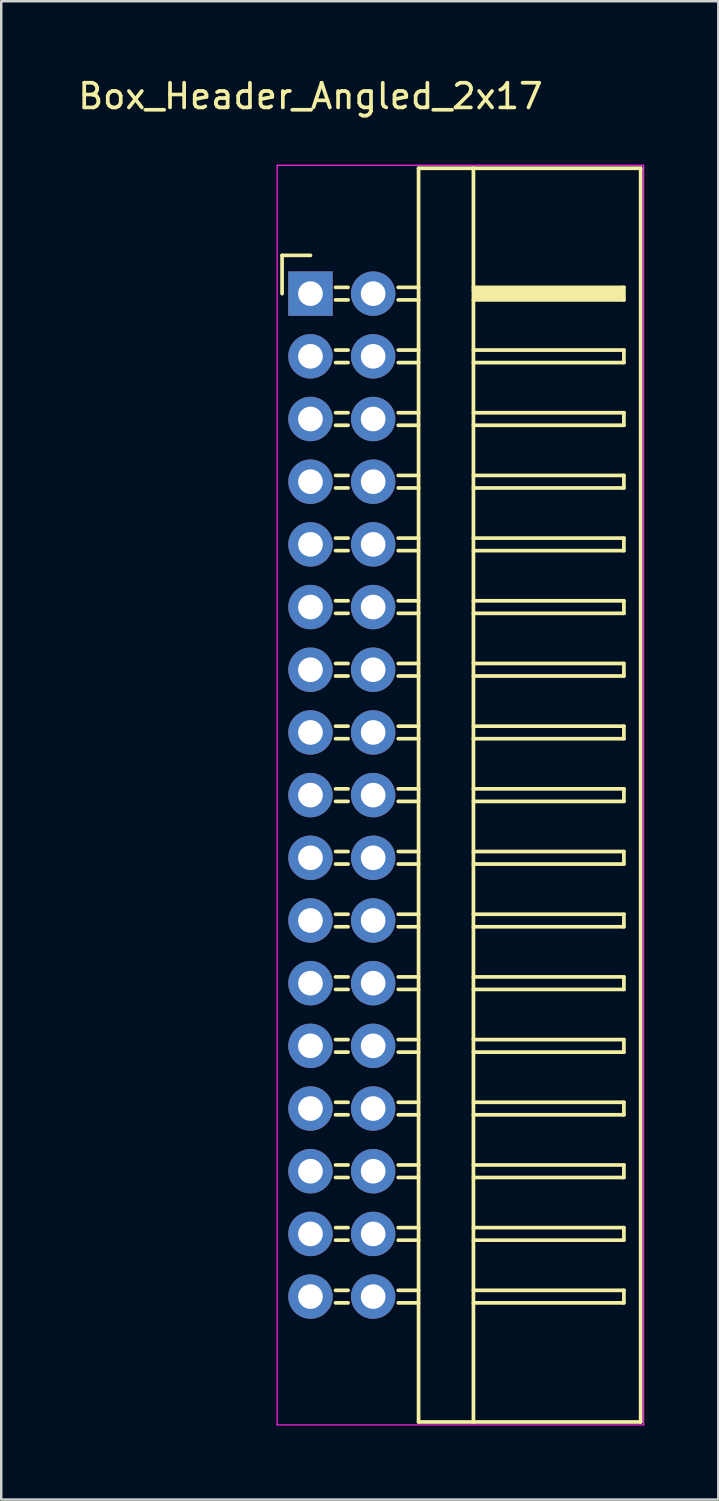
<source format=kicad_pcb>
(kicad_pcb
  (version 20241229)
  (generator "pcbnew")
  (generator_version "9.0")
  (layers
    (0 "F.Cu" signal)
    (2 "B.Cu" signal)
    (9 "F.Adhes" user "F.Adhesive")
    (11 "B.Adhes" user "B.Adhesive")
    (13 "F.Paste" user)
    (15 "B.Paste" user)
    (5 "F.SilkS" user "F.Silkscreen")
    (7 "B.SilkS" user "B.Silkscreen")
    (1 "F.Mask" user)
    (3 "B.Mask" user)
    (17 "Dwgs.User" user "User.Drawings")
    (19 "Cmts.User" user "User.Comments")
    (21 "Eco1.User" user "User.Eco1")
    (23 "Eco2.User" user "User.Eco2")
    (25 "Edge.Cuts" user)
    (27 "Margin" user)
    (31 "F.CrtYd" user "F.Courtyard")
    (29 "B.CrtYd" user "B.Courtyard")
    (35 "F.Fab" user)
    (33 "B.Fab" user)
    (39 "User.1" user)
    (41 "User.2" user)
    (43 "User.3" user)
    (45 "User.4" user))
  (footprint "Box_Header_Angled_2x17"
    (layer "F.Cu")
    (at 9.53 8.848)
    (property "Reference" "Box_Header_Angled_2x17" (at 0 -8 0) (layer "F.SilkS") (effects (font (size 1 1) (thickness 0.15))))
    (attr through_hole)
    (fp_line (start -1.15 -1.55) (end -1.15 0) (stroke (width 0.15) (type solid)) (layer "F.SilkS"))
    (fp_line (start 0 -1.55) (end -1.15 -1.55) (stroke (width 0.15) (type solid)) (layer "F.SilkS"))
    (fp_line (start 1.524 -0.254) (end 1.016 -0.254) (stroke (width 0.15) (type solid)) (layer "F.SilkS"))
    (fp_line (start 1.524 0.254) (end 1.016 0.254) (stroke (width 0.15) (type solid)) (layer "F.SilkS"))
    (fp_line (start 1.524 2.286) (end 1.016 2.286) (stroke (width 0.15) (type solid)) (layer "F.SilkS"))
    (fp_line (start 1.524 2.794) (end 1.016 2.794) (stroke (width 0.15) (type solid)) (layer "F.SilkS"))
    (fp_line (start 1.524 4.826) (end 1.016 4.826) (stroke (width 0.15) (type solid)) (layer "F.SilkS"))
    (fp_line (start 1.524 5.334) (end 1.016 5.334) (stroke (width 0.15) (type solid)) (layer "F.SilkS"))
    (fp_line (start 1.524 7.366) (end 1.016 7.366) (stroke (width 0.15) (type solid)) (layer "F.SilkS"))
    (fp_line (start 1.524 7.874) (end 1.016 7.874) (stroke (width 0.15) (type solid)) (layer "F.SilkS"))
    (fp_line (start 1.524 9.906) (end 1.016 9.906) (stroke (width 0.15) (type solid)) (layer "F.SilkS"))
    (fp_line (start 1.524 10.414) (end 1.016 10.414) (stroke (width 0.15) (type solid)) (layer "F.SilkS"))
    (fp_line (start 1.524 12.446) (end 1.016 12.446) (stroke (width 0.15) (type solid)) (layer "F.SilkS"))
    (fp_line (start 1.524 12.954) (end 1.016 12.954) (stroke (width 0.15) (type solid)) (layer "F.SilkS"))
    (fp_line (start 1.524 14.986) (end 1.016 14.986) (stroke (width 0.15) (type solid)) (layer "F.SilkS"))
    (fp_line (start 1.524 15.494) (end 1.016 15.494) (stroke (width 0.15) (type solid)) (layer "F.SilkS"))
    (fp_line (start 1.524 17.526) (end 1.016 17.526) (stroke (width 0.15) (type solid)) (layer "F.SilkS"))
    (fp_line (start 1.524 18.034) (end 1.016 18.034) (stroke (width 0.15) (type solid)) (layer "F.SilkS"))
    (fp_line (start 1.524 20.066) (end 1.016 20.066) (stroke (width 0.15) (type solid)) (layer "F.SilkS"))
    (fp_line (start 1.524 20.574) (end 1.016 20.574) (stroke (width 0.15) (type solid)) (layer "F.SilkS"))
    (fp_line (start 1.524 22.606) (end 1.016 22.606) (stroke (width 0.15) (type solid)) (layer "F.SilkS"))
    (fp_line (start 1.524 23.114) (end 1.016 23.114) (stroke (width 0.15) (type solid)) (layer "F.SilkS"))
    (fp_line (start 1.524 25.146) (end 1.016 25.146) (stroke (width 0.15) (type solid)) (layer "F.SilkS"))
    (fp_line (start 1.524 25.654) (end 1.016 25.654) (stroke (width 0.15) (type solid)) (layer "F.SilkS"))
    (fp_line (start 1.524 27.686) (end 1.016 27.686) (stroke (width 0.15) (type solid)) (layer "F.SilkS"))
    (fp_line (start 1.524 28.194) (end 1.016 28.194) (stroke (width 0.15) (type solid)) (layer "F.SilkS"))
    (fp_line (start 1.524 30.226) (end 1.016 30.226) (stroke (width 0.15) (type solid)) (layer "F.SilkS"))
    (fp_line (start 1.524 30.734) (end 1.016 30.734) (stroke (width 0.15) (type solid)) (layer "F.SilkS"))
    (fp_line (start 1.524 32.766) (end 1.016 32.766) (stroke (width 0.15) (type solid)) (layer "F.SilkS"))
    (fp_line (start 1.524 33.274) (end 1.016 33.274) (stroke (width 0.15) (type solid)) (layer "F.SilkS"))
    (fp_line (start 1.524 35.306) (end 1.016 35.306) (stroke (width 0.15) (type solid)) (layer "F.SilkS"))
    (fp_line (start 1.524 35.814) (end 1.016 35.814) (stroke (width 0.15) (type solid)) (layer "F.SilkS"))
    (fp_line (start 1.524 37.846) (end 1.016 37.846) (stroke (width 0.15) (type solid)) (layer "F.SilkS"))
    (fp_line (start 1.524 38.354) (end 1.016 38.354) (stroke (width 0.15) (type solid)) (layer "F.SilkS"))
    (fp_line (start 1.524 40.386) (end 1.016 40.386) (stroke (width 0.15) (type solid)) (layer "F.SilkS"))
    (fp_line (start 1.524 40.894) (end 1.016 40.894) (stroke (width 0.15) (type solid)) (layer "F.SilkS"))
    (fp_line (start 4.38 -5.08) (end 4.38 45.72) (stroke (width 0.15) (type solid)) (layer "F.SilkS"))
    (fp_line (start 4.38 -5.08) (end 13.38 -5.08) (stroke (width 0.15) (type solid)) (layer "F.SilkS"))
    (fp_line (start 4.38 -0.254) (end 3.556 -0.254) (stroke (width 0.15) (type solid)) (layer "F.SilkS"))
    (fp_line (start 4.38 0.254) (end 3.556 0.254) (stroke (width 0.15) (type solid)) (layer "F.SilkS"))
    (fp_line (start 4.38 2.286) (end 3.556 2.286) (stroke (width 0.15) (type solid)) (layer "F.SilkS"))
    (fp_line (start 4.38 2.794) (end 3.556 2.794) (stroke (width 0.15) (type solid)) (layer "F.SilkS"))
    (fp_line (start 4.38 4.826) (end 3.556 4.826) (stroke (width 0.15) (type solid)) (layer "F.SilkS"))
    (fp_line (start 4.38 5.334) (end 3.556 5.334) (stroke (width 0.15) (type solid)) (layer "F.SilkS"))
    (fp_line (start 4.38 7.366) (end 3.556 7.366) (stroke (width 0.15) (type solid)) (layer "F.SilkS"))
    (fp_line (start 4.38 7.874) (end 3.556 7.874) (stroke (width 0.15) (type solid)) (layer "F.SilkS"))
    (fp_line (start 4.38 9.906) (end 3.556 9.906) (stroke (width 0.15) (type solid)) (layer "F.SilkS"))
    (fp_line (start 4.38 10.414) (end 3.556 10.414) (stroke (width 0.15) (type solid)) (layer "F.SilkS"))
    (fp_line (start 4.38 12.446) (end 3.556 12.446) (stroke (width 0.15) (type solid)) (layer "F.SilkS"))
    (fp_line (start 4.38 12.954) (end 3.556 12.954) (stroke (width 0.15) (type solid)) (layer "F.SilkS"))
    (fp_line (start 4.38 14.986) (end 3.556 14.986) (stroke (width 0.15) (type solid)) (layer "F.SilkS"))
    (fp_line (start 4.38 15.494) (end 3.556 15.494) (stroke (width 0.15) (type solid)) (layer "F.SilkS"))
    (fp_line (start 4.38 17.526) (end 3.556 17.526) (stroke (width 0.15) (type solid)) (layer "F.SilkS"))
    (fp_line (start 4.38 18.034) (end 3.556 18.034) (stroke (width 0.15) (type solid)) (layer "F.SilkS"))
    (fp_line (start 4.38 20.066) (end 3.556 20.066) (stroke (width 0.15) (type solid)) (layer "F.SilkS"))
    (fp_line (start 4.38 20.574) (end 3.556 20.574) (stroke (width 0.15) (type solid)) (layer "F.SilkS"))
    (fp_line (start 4.38 22.606) (end 3.556 22.606) (stroke (width 0.15) (type solid)) (layer "F.SilkS"))
    (fp_line (start 4.38 23.114) (end 3.556 23.114) (stroke (width 0.15) (type solid)) (layer "F.SilkS"))
    (fp_line (start 4.38 25.146) (end 3.556 25.146) (stroke (width 0.15) (type solid)) (layer "F.SilkS"))
    (fp_line (start 4.38 25.654) (end 3.556 25.654) (stroke (width 0.15) (type solid)) (layer "F.SilkS"))
    (fp_line (start 4.38 27.686) (end 3.556 27.686) (stroke (width 0.15) (type solid)) (layer "F.SilkS"))
    (fp_line (start 4.38 28.194) (end 3.556 28.194) (stroke (width 0.15) (type solid)) (layer "F.SilkS"))
    (fp_line (start 4.38 30.226) (end 3.556 30.226) (stroke (width 0.15) (type solid)) (layer "F.SilkS"))
    (fp_line (start 4.38 30.734) (end 3.556 30.734) (stroke (width 0.15) (type solid)) (layer "F.SilkS"))
    (fp_line (start 4.38 32.766) (end 3.556 32.766) (stroke (width 0.15) (type solid)) (layer "F.SilkS"))
    (fp_line (start 4.38 33.274) (end 3.556 33.274) (stroke (width 0.15) (type solid)) (layer "F.SilkS"))
    (fp_line (start 4.38 35.306) (end 3.556 35.306) (stroke (width 0.15) (type solid)) (layer "F.SilkS"))
    (fp_line (start 4.38 35.814) (end 3.556 35.814) (stroke (width 0.15) (type solid)) (layer "F.SilkS"))
    (fp_line (start 4.38 37.846) (end 3.556 37.846) (stroke (width 0.15) (type solid)) (layer "F.SilkS"))
    (fp_line (start 4.38 38.354) (end 3.556 38.354) (stroke (width 0.15) (type solid)) (layer "F.SilkS"))
    (fp_line (start 4.38 40.386) (end 3.556 40.386) (stroke (width 0.15) (type solid)) (layer "F.SilkS"))
    (fp_line (start 4.38 40.894) (end 3.556 40.894) (stroke (width 0.15) (type solid)) (layer "F.SilkS"))
    (fp_line (start 4.38 45.72) (end 13.38 45.72) (stroke (width 0.15) (type solid)) (layer "F.SilkS"))
    (fp_line (start 6.604 -5.08) (end 6.604 45.72) (stroke (width 0.15) (type solid)) (layer "F.SilkS"))
    (fp_line (start 6.604 -0.254) (end 12.7 -0.254) (stroke (width 0.15) (type solid)) (layer "F.SilkS"))
    (fp_line (start 6.604 -0.127) (end 12.573 -0.127) (stroke (width 0.15) (type solid)) (layer "F.SilkS"))
    (fp_line (start 6.604 2.286) (end 12.7 2.286) (stroke (width 0.15) (type solid)) (layer "F.SilkS"))
    (fp_line (start 6.604 4.826) (end 12.7 4.826) (stroke (width 0.15) (type solid)) (layer "F.SilkS"))
    (fp_line (start 6.604 7.366) (end 12.7 7.366) (stroke (width 0.15) (type solid)) (layer "F.SilkS"))
    (fp_line (start 6.604 9.906) (end 12.7 9.906) (stroke (width 0.15) (type solid)) (layer "F.SilkS"))
    (fp_line (start 6.604 12.446) (end 12.7 12.446) (stroke (width 0.15) (type solid)) (layer "F.SilkS"))
    (fp_line (start 6.604 14.986) (end 12.7 14.986) (stroke (width 0.15) (type solid)) (layer "F.SilkS"))
    (fp_line (start 6.604 17.526) (end 12.7 17.526) (stroke (width 0.15) (type solid)) (layer "F.SilkS"))
    (fp_line (start 6.604 20.066) (end 12.7 20.066) (stroke (width 0.15) (type solid)) (layer "F.SilkS"))
    (fp_line (start 6.604 22.606) (end 12.7 22.606) (stroke (width 0.15) (type solid)) (layer "F.SilkS"))
    (fp_line (start 6.604 25.146) (end 12.7 25.146) (stroke (width 0.15) (type solid)) (layer "F.SilkS"))
    (fp_line (start 6.604 27.686) (end 12.7 27.686) (stroke (width 0.15) (type solid)) (layer "F.SilkS"))
    (fp_line (start 6.604 30.226) (end 12.7 30.226) (stroke (width 0.15) (type solid)) (layer "F.SilkS"))
    (fp_line (start 6.604 32.766) (end 12.7 32.766) (stroke (width 0.15) (type solid)) (layer "F.SilkS"))
    (fp_line (start 6.604 35.306) (end 12.7 35.306) (stroke (width 0.15) (type solid)) (layer "F.SilkS"))
    (fp_line (start 6.604 37.846) (end 12.7 37.846) (stroke (width 0.15) (type solid)) (layer "F.SilkS"))
    (fp_line (start 6.604 40.386) (end 12.7 40.386) (stroke (width 0.15) (type solid)) (layer "F.SilkS"))
    (fp_line (start 6.731 0) (end 12.573 0) (stroke (width 0.15) (type solid)) (layer "F.SilkS"))
    (fp_line (start 6.731 0.127) (end 6.731 0) (stroke (width 0.15) (type solid)) (layer "F.SilkS"))
    (fp_line (start 12.573 -0.127) (end 12.573 0.127) (stroke (width 0.15) (type solid)) (layer "F.SilkS"))
    (fp_line (start 12.573 0.127) (end 6.731 0.127) (stroke (width 0.15) (type solid)) (layer "F.SilkS"))
    (fp_line (start 12.7 -0.254) (end 12.7 0.254) (stroke (width 0.15) (type solid)) (layer "F.SilkS"))
    (fp_line (start 12.7 0.254) (end 6.604 0.254) (stroke (width 0.15) (type solid)) (layer "F.SilkS"))
    (fp_line (start 12.7 2.286) (end 12.7 2.794) (stroke (width 0.15) (type solid)) (layer "F.SilkS"))
    (fp_line (start 12.7 2.794) (end 6.604 2.794) (stroke (width 0.15) (type solid)) (layer "F.SilkS"))
    (fp_line (start 12.7 4.826) (end 12.7 5.334) (stroke (width 0.15) (type solid)) (layer "F.SilkS"))
    (fp_line (start 12.7 5.334) (end 6.604 5.334) (stroke (width 0.15) (type solid)) (layer "F.SilkS"))
    (fp_line (start 12.7 7.366) (end 12.7 7.874) (stroke (width 0.15) (type solid)) (layer "F.SilkS"))
    (fp_line (start 12.7 7.874) (end 6.604 7.874) (stroke (width 0.15) (type solid)) (layer "F.SilkS"))
    (fp_line (start 12.7 9.906) (end 12.7 10.414) (stroke (width 0.15) (type solid)) (layer "F.SilkS"))
    (fp_line (start 12.7 10.414) (end 6.604 10.414) (stroke (width 0.15) (type solid)) (layer "F.SilkS"))
    (fp_line (start 12.7 12.446) (end 12.7 12.954) (stroke (width 0.15) (type solid)) (layer "F.SilkS"))
    (fp_line (start 12.7 12.954) (end 6.604 12.954) (stroke (width 0.15) (type solid)) (layer "F.SilkS"))
    (fp_line (start 12.7 14.986) (end 12.7 15.494) (stroke (width 0.15) (type solid)) (layer "F.SilkS"))
    (fp_line (start 12.7 15.494) (end 6.604 15.494) (stroke (width 0.15) (type solid)) (layer "F.SilkS"))
    (fp_line (start 12.7 17.526) (end 12.7 18.034) (stroke (width 0.15) (type solid)) (layer "F.SilkS"))
    (fp_line (start 12.7 18.034) (end 6.604 18.034) (stroke (width 0.15) (type solid)) (layer "F.SilkS"))
    (fp_line (start 12.7 20.066) (end 12.7 20.574) (stroke (width 0.15) (type solid)) (layer "F.SilkS"))
    (fp_line (start 12.7 20.574) (end 6.604 20.574) (stroke (width 0.15) (type solid)) (layer "F.SilkS"))
    (fp_line (start 12.7 22.606) (end 12.7 23.114) (stroke (width 0.15) (type solid)) (layer "F.SilkS"))
    (fp_line (start 12.7 23.114) (end 6.604 23.114) (stroke (width 0.15) (type solid)) (layer "F.SilkS"))
    (fp_line (start 12.7 25.146) (end 12.7 25.654) (stroke (width 0.15) (type solid)) (layer "F.SilkS"))
    (fp_line (start 12.7 25.654) (end 6.604 25.654) (stroke (width 0.15) (type solid)) (layer "F.SilkS"))
    (fp_line (start 12.7 27.686) (end 12.7 28.194) (stroke (width 0.15) (type solid)) (layer "F.SilkS"))
    (fp_line (start 12.7 28.194) (end 6.604 28.194) (stroke (width 0.15) (type solid)) (layer "F.SilkS"))
    (fp_line (start 12.7 30.226) (end 12.7 30.734) (stroke (width 0.15) (type solid)) (layer "F.SilkS"))
    (fp_line (start 12.7 30.734) (end 6.604 30.734) (stroke (width 0.15) (type solid)) (layer "F.SilkS"))
    (fp_line (start 12.7 32.766) (end 12.7 33.274) (stroke (width 0.15) (type solid)) (layer "F.SilkS"))
    (fp_line (start 12.7 33.274) (end 6.604 33.274) (stroke (width 0.15) (type solid)) (layer "F.SilkS"))
    (fp_line (start 12.7 35.306) (end 12.7 35.814) (stroke (width 0.15) (type solid)) (layer "F.SilkS"))
    (fp_line (start 12.7 35.814) (end 6.604 35.814) (stroke (width 0.15) (type solid)) (layer "F.SilkS"))
    (fp_line (start 12.7 37.846) (end 12.7 38.354) (stroke (width 0.15) (type solid)) (layer "F.SilkS"))
    (fp_line (start 12.7 38.354) (end 6.604 38.354) (stroke (width 0.15) (type solid)) (layer "F.SilkS"))
    (fp_line (start 12.7 40.386) (end 12.7 40.894) (stroke (width 0.15) (type solid)) (layer "F.SilkS"))
    (fp_line (start 12.7 40.894) (end 6.604 40.894) (stroke (width 0.15) (type solid)) (layer "F.SilkS"))
    (fp_line (start 13.38 -5.08) (end 13.38 45.72) (stroke (width 0.15) (type solid)) (layer "F.SilkS"))
    (fp_line (start -1.35 -5.2) (end -1.35 45.84) (stroke (width 0.05) (type solid)) (layer "F.CrtYd"))
    (fp_line (start -1.35 -5.2) (end 13.5 -5.2) (stroke (width 0.05) (type solid)) (layer "F.CrtYd"))
    (fp_line (start -1.35 45.84) (end 13.5 45.84) (stroke (width 0.05) (type solid)) (layer "F.CrtYd"))
    (fp_line (start 13.5 -5.2) (end 13.5 45.84) (stroke (width 0.05) (type solid)) (layer "F.CrtYd"))
    (pad "1" thru_hole rect (at 0 0) (size 1.8 1.8) (drill 1) (layers "*.Cu" "*.Mask"))
    (pad "2" thru_hole oval (at 2.54 0) (size 1.8 1.8) (drill 1) (layers "*.Cu" "*.Mask"))
    (pad "3" thru_hole oval (at 0 2.54) (size 1.8 1.8) (drill 1) (layers "*.Cu" "*.Mask"))
    (pad "4" thru_hole oval (at 2.54 2.54) (size 1.8 1.8) (drill 1) (layers "*.Cu" "*.Mask"))
    (pad "5" thru_hole oval (at 0 5.08) (size 1.8 1.8) (drill 1) (layers "*.Cu" "*.Mask"))
    (pad "6" thru_hole oval (at 2.54 5.08) (size 1.8 1.8) (drill 1) (layers "*.Cu" "*.Mask"))
    (pad "7" thru_hole oval (at 0 7.62) (size 1.8 1.8) (drill 1) (layers "*.Cu" "*.Mask"))
    (pad "8" thru_hole oval (at 2.54 7.62) (size 1.8 1.8) (drill 1) (layers "*.Cu" "*.Mask"))
    (pad "9" thru_hole oval (at 0 10.16) (size 1.8 1.8) (drill 1) (layers "*.Cu" "*.Mask"))
    (pad "10" thru_hole oval (at 2.54 10.16) (size 1.8 1.8) (drill 1) (layers "*.Cu" "*.Mask"))
    (pad "11" thru_hole oval (at 0 12.7) (size 1.8 1.8) (drill 1) (layers "*.Cu" "*.Mask"))
    (pad "12" thru_hole oval (at 2.54 12.7) (size 1.8 1.8) (drill 1) (layers "*.Cu" "*.Mask"))
    (pad "13" thru_hole oval (at 0 15.24) (size 1.8 1.8) (drill 1) (layers "*.Cu" "*.Mask"))
    (pad "14" thru_hole oval (at 2.54 15.24) (size 1.8 1.8) (drill 1) (layers "*.Cu" "*.Mask"))
    (pad "15" thru_hole oval (at 0 17.78) (size 1.8 1.8) (drill 1) (layers "*.Cu" "*.Mask"))
    (pad "16" thru_hole oval (at 2.54 17.78) (size 1.8 1.8) (drill 1) (layers "*.Cu" "*.Mask"))
    (pad "17" thru_hole oval (at 0 20.32) (size 1.8 1.8) (drill 1) (layers "*.Cu" "*.Mask"))
    (pad "18" thru_hole oval (at 2.54 20.32) (size 1.8 1.8) (drill 1) (layers "*.Cu" "*.Mask"))
    (pad "19" thru_hole oval (at 0 22.86) (size 1.8 1.8) (drill 1) (layers "*.Cu" "*.Mask"))
    (pad "20" thru_hole oval (at 2.54 22.86) (size 1.8 1.8) (drill 1) (layers "*.Cu" "*.Mask"))
    (pad "21" thru_hole oval (at 0 25.4) (size 1.8 1.8) (drill 1) (layers "*.Cu" "*.Mask"))
    (pad "22" thru_hole oval (at 2.54 25.4) (size 1.8 1.8) (drill 1) (layers "*.Cu" "*.Mask"))
    (pad "23" thru_hole oval (at 0 27.94) (size 1.8 1.8) (drill 1) (layers "*.Cu" "*.Mask"))
    (pad "24" thru_hole oval (at 2.54 27.94) (size 1.8 1.8) (drill 1) (layers "*.Cu" "*.Mask"))
    (pad "25" thru_hole oval (at 0 30.48) (size 1.8 1.8) (drill 1) (layers "*.Cu" "*.Mask"))
    (pad "26" thru_hole oval (at 2.54 30.48) (size 1.8 1.8) (drill 1) (layers "*.Cu" "*.Mask"))
    (pad "27" thru_hole oval (at 0 33.02) (size 1.8 1.8) (drill 1) (layers "*.Cu" "*.Mask"))
    (pad "28" thru_hole oval (at 2.54 33.02) (size 1.8 1.8) (drill 1) (layers "*.Cu" "*.Mask"))
    (pad "29" thru_hole oval (at 0 35.56) (size 1.8 1.8) (drill 1) (layers "*.Cu" "*.Mask"))
    (pad "30" thru_hole oval (at 2.54 35.56) (size 1.8 1.8) (drill 1) (layers "*.Cu" "*.Mask"))
    (pad "31" thru_hole oval (at 0 38.1) (size 1.8 1.8) (drill 1) (layers "*.Cu" "*.Mask"))
    (pad "32" thru_hole oval (at 2.54 38.1) (size 1.8 1.8) (drill 1) (layers "*.Cu" "*.Mask"))
    (pad "33" thru_hole oval (at 0 40.64) (size 1.8 1.8) (drill 1) (layers "*.Cu" "*.Mask"))
    (pad "34" thru_hole oval (at 2.54 40.64) (size 1.8 1.8) (drill 1) (layers "*.Cu" "*.Mask")))
  (gr_rect
    (start -3 -3)
    (end 26.055 57.713)
    (stroke (width 0.1) (type default))
    (fill no)
    (layer "Edge.Cuts")))
</source>
